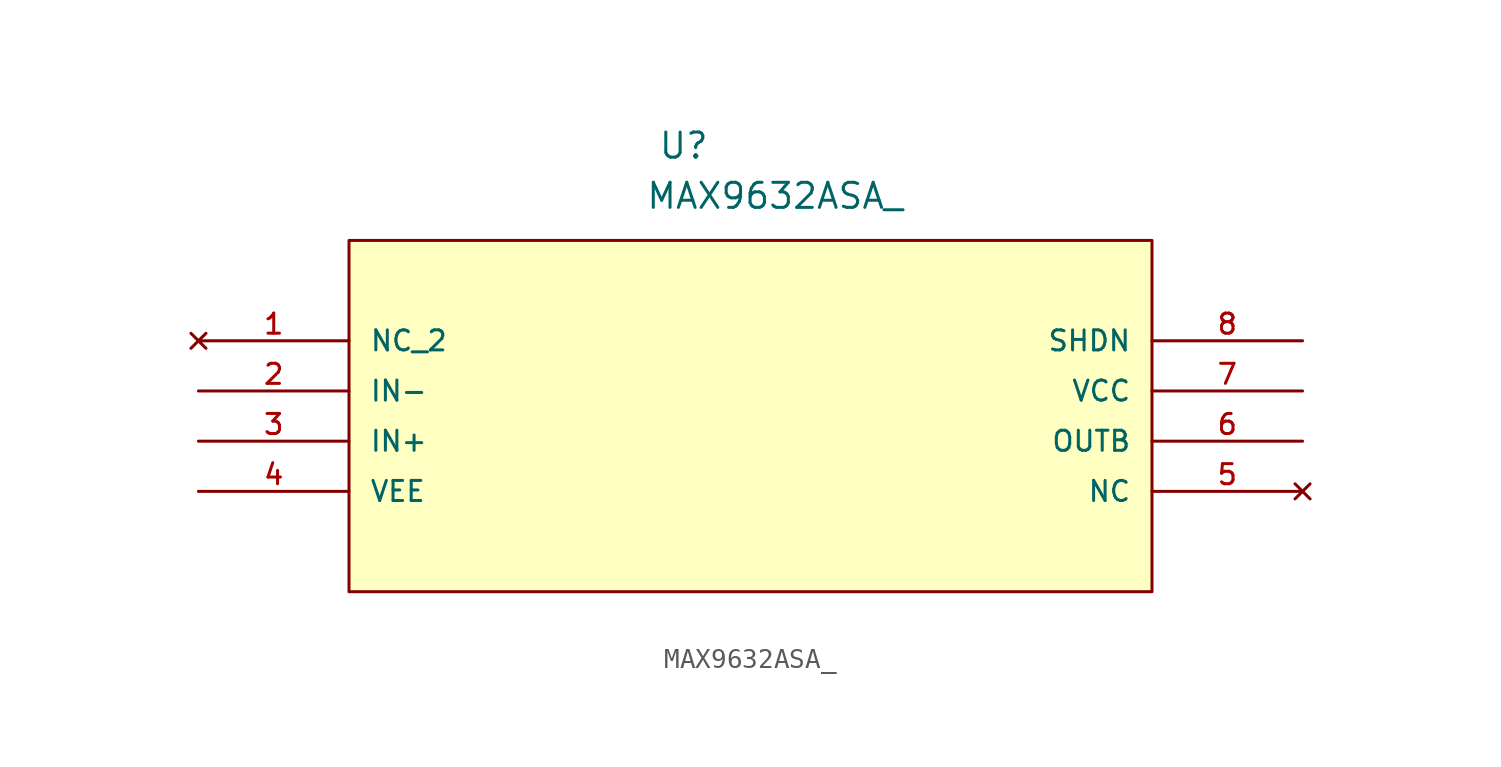
<source format=kicad_sym>
(kicad_symbol_lib
  (version 20211014)
  (generator kicad_symbol_editor)
  (symbol "MAX9632ASA_"
    (pin_names
      (offset 1.016))
    (property "Reference" "U"
      (at 23.25 9.132 0.0)
      (effects (font (size 1.27 1.27)) (justify bottom left)))
    (property "Value" "MAX9632ASA_"
      (at 22.618 6.589 0.0)
      (effects (font (size 1.27 1.27)) (justify bottom left)))
    (symbol "MAX9632ASA__0_0"
      (rectangle (start 7.62 -12.7) (end 48.26 5.08) (stroke (width 0.152)) (fill (type background)))
      (pin no_connect line (at 0.0 0.0 0) (length 7.62) (name "NC_2" (effects (font (size 1.016 1.016)))) (number "1" (effects (font (size 1.016 1.016)))))
      (pin input line (at 0.0 -2.54 0) (length 7.62) (name "IN-" (effects (font (size 1.016 1.016)))) (number "2" (effects (font (size 1.016 1.016)))))
      (pin input line (at 0.0 -5.08 0) (length 7.62) (name "IN+" (effects (font (size 1.016 1.016)))) (number "3" (effects (font (size 1.016 1.016)))))
      (pin power_in line (at 0.0 -7.62 0) (length 7.62) (name "VEE" (effects (font (size 1.016 1.016)))) (number "4" (effects (font (size 1.016 1.016)))))
      (pin no_connect line (at 55.88 -7.62 180.0) (length 7.62) (name "NC" (effects (font (size 1.016 1.016)))) (number "5" (effects (font (size 1.016 1.016)))))
      (pin output line (at 55.88 -5.08 180.0) (length 7.62) (name "OUTB" (effects (font (size 1.016 1.016)))) (number "6" (effects (font (size 1.016 1.016)))))
      (pin power_in line (at 55.88 -2.54 180.0) (length 7.62) (name "VCC" (effects (font (size 1.016 1.016)))) (number "7" (effects (font (size 1.016 1.016)))))
      (pin passive line (at 55.88 0.0 180.0) (length 7.62) (name "SHDN" (effects (font (size 1.016 1.016)))) (number "8" (effects (font (size 1.016 1.016))))))))
</source>
